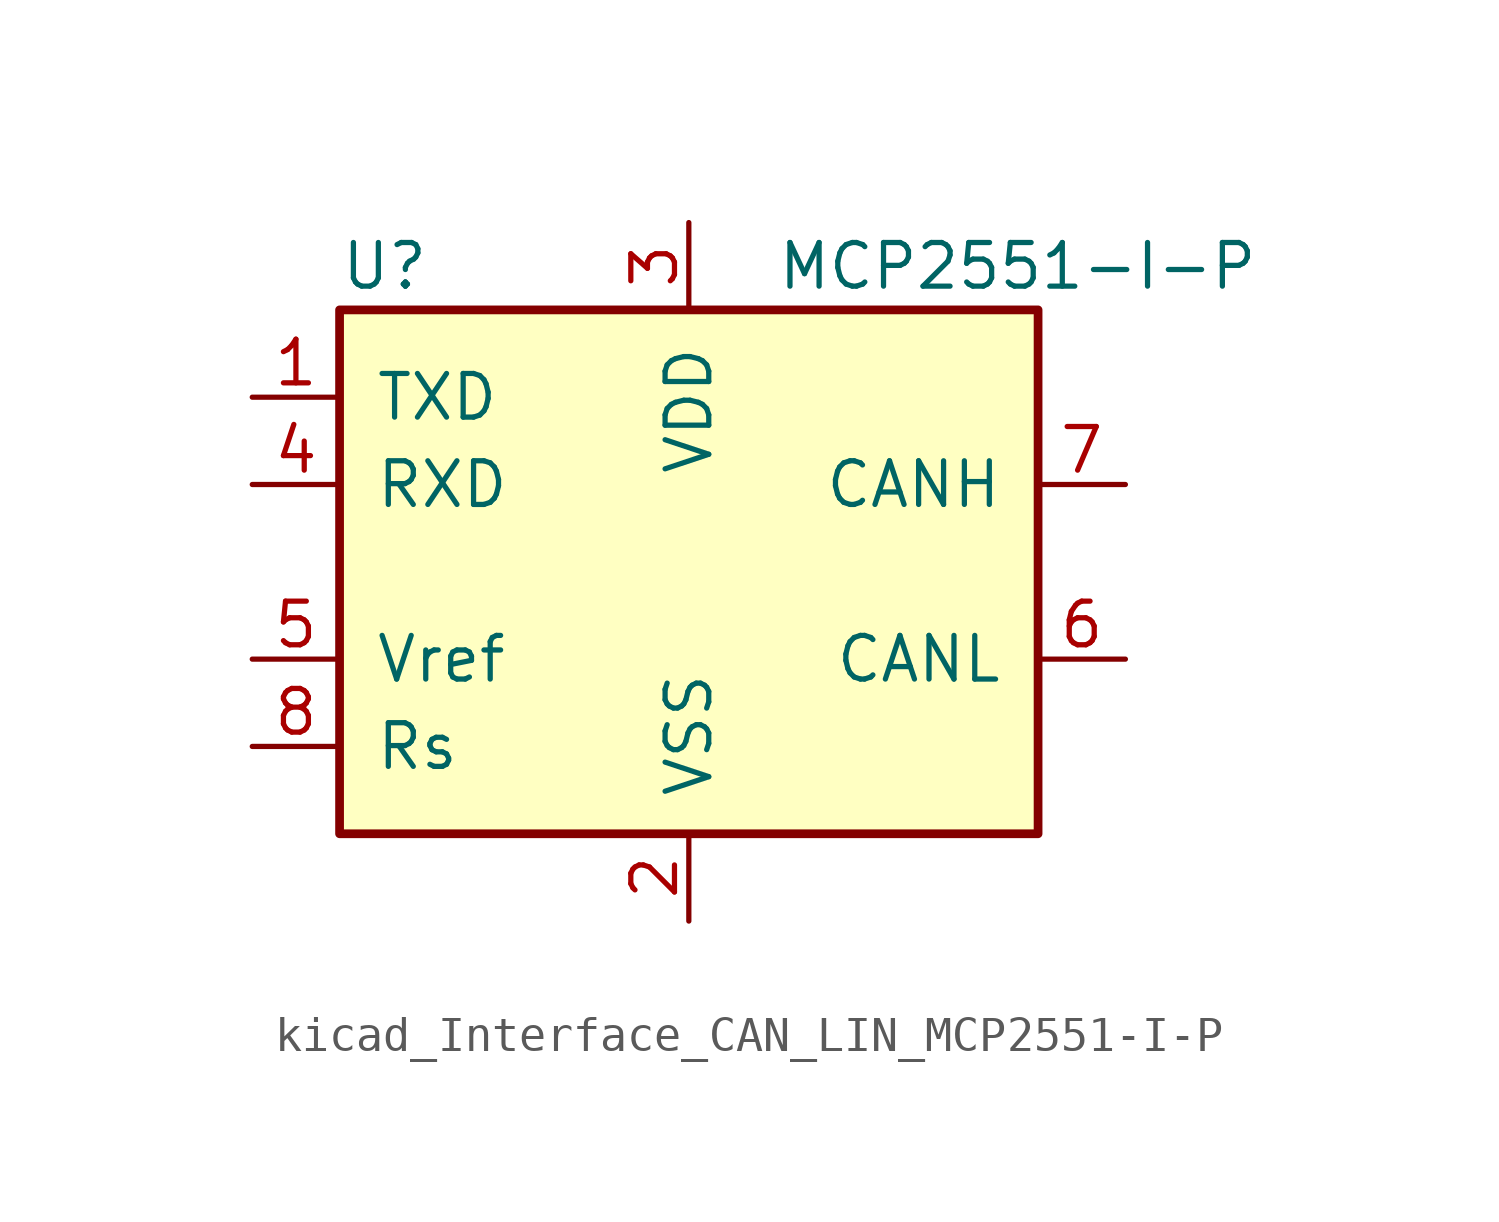
<source format=kicad_sym>
(kicad_symbol_lib
  (version 20220914)
  (generator kicad_symbol_editor)
  (symbol "kicad_Interface_CAN_LIN_MCP2551-I-P"
    (pin_names
      (offset 1.016))
    (property "Reference" "U"
      (at -10.16 8.89 0)
      (effects (font (size 1.27 1.27)) (justify left)))
    (property "Value" "MCP2551-I-P"
      (at 2.54 8.89 0)
      (effects (font (size 1.27 1.27)) (justify left)))
    (symbol "kicad_Interface_CAN_LIN_MCP2551-I-P_0_1"
      (rectangle (start -10.16 7.62) (end 10.16 -7.62) (stroke (width 0.254) (type default)) (fill (type background))))
    (symbol "kicad_Interface_CAN_LIN_MCP2551-I-P_1_1"
      (pin input line (at -12.7 5.08 0) (length 2.54) (name "TXD" (effects (font (size 1.27 1.27)))) (number "1" (effects (font (size 1.27 1.27)))))
      (pin power_in line (at 0 -10.16 90) (length 2.54) (name "VSS" (effects (font (size 1.27 1.27)))) (number "2" (effects (font (size 1.27 1.27)))))
      (pin power_in line (at 0 10.16 270) (length 2.54) (name "VDD" (effects (font (size 1.27 1.27)))) (number "3" (effects (font (size 1.27 1.27)))))
      (pin output line (at -12.7 2.54 0) (length 2.54) (name "RXD" (effects (font (size 1.27 1.27)))) (number "4" (effects (font (size 1.27 1.27)))))
      (pin power_out line (at -12.7 -2.54 0) (length 2.54) (name "Vref" (effects (font (size 1.27 1.27)))) (number "5" (effects (font (size 1.27 1.27)))))
      (pin bidirectional line (at 12.7 -2.54 180) (length 2.54) (name "CANL" (effects (font (size 1.27 1.27)))) (number "6" (effects (font (size 1.27 1.27)))))
      (pin bidirectional line (at 12.7 2.54 180) (length 2.54) (name "CANH" (effects (font (size 1.27 1.27)))) (number "7" (effects (font (size 1.27 1.27)))))
      (pin input line (at -12.7 -5.08 0) (length 2.54) (name "Rs" (effects (font (size 1.27 1.27)))) (number "8" (effects (font (size 1.27 1.27))))))))
</source>
